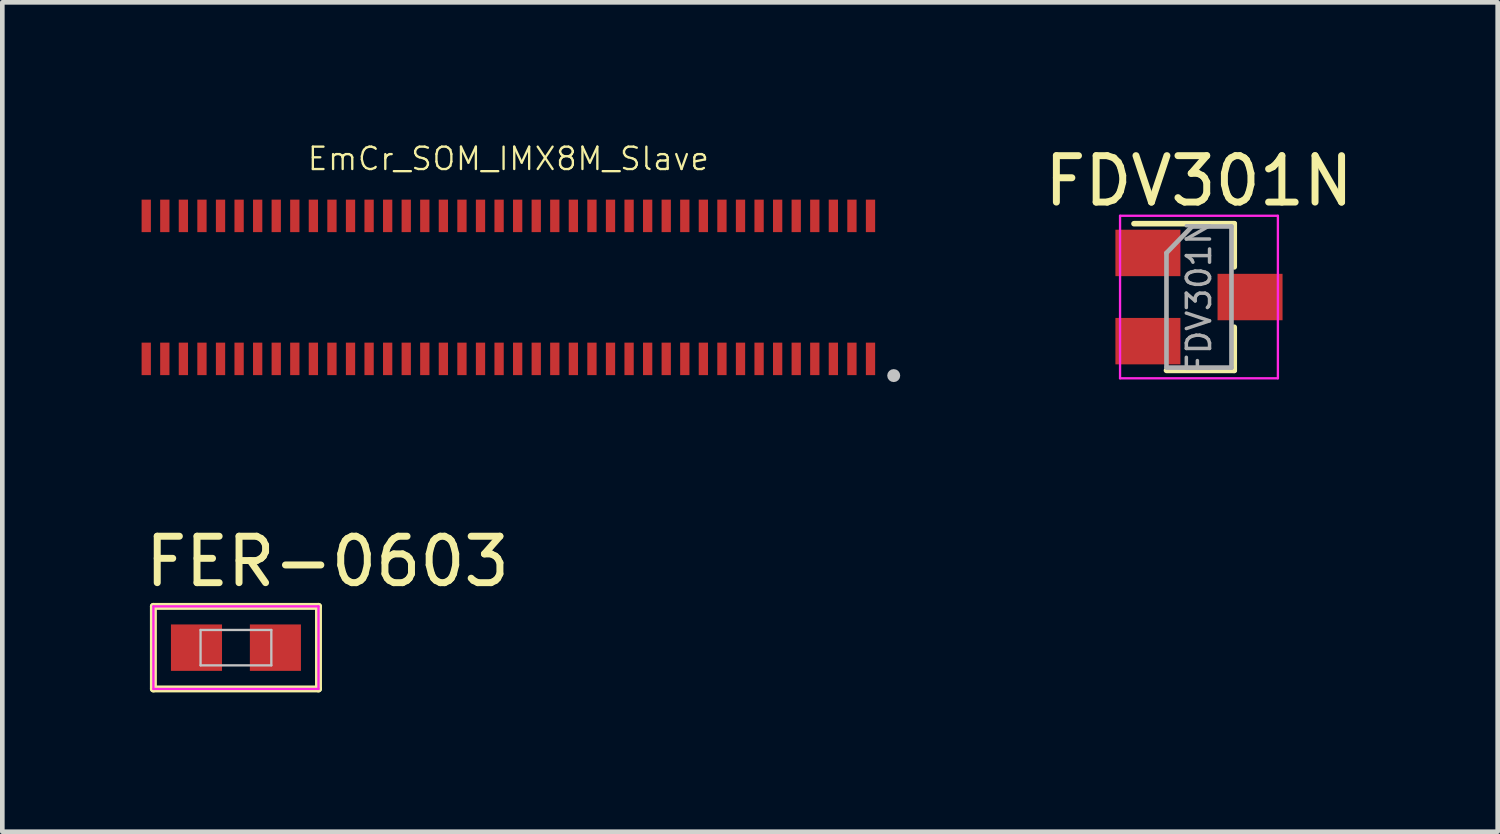
<source format=kicad_pcb>
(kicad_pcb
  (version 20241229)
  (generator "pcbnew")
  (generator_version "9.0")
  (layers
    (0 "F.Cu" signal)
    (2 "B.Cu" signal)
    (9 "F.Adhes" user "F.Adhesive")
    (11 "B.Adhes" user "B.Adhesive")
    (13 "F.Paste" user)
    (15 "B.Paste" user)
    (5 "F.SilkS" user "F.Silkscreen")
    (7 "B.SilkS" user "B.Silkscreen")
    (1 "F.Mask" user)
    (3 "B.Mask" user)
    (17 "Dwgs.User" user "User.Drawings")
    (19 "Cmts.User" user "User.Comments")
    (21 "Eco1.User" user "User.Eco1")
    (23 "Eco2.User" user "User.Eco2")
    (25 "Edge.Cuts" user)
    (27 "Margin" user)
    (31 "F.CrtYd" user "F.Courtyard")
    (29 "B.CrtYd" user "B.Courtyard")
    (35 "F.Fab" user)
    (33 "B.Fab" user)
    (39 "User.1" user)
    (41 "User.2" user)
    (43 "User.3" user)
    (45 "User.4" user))
  (footprint "FDV301N"
    (layer "F.Cu")
    (at 22.775 3.348)
    (property "Reference" "FDV301N" (at 0 -2.5 0) (layer "F.SilkS") (effects (font (size 1 1) (thickness 0.15))))
    (attr smd)
    (fp_line (start 0.76 -1.58) (end -1.4 -1.58) (stroke (width 0.12) (type solid)) (layer "F.SilkS"))
    (fp_line (start 0.76 -1.58) (end 0.76 -0.65) (stroke (width 0.12) (type solid)) (layer "F.SilkS"))
    (fp_line (start 0.76 1.58) (end -0.7 1.58) (stroke (width 0.12) (type solid)) (layer "F.SilkS"))
    (fp_line (start 0.76 1.58) (end 0.76 0.65) (stroke (width 0.12) (type solid)) (layer "F.SilkS"))
    (fp_line (start -1.7 -1.75) (end 1.7 -1.75) (stroke (width 0.05) (type solid)) (layer "F.CrtYd"))
    (fp_line (start -1.7 1.75) (end -1.7 -1.75) (stroke (width 0.05) (type solid)) (layer "F.CrtYd"))
    (fp_line (start 1.7 -1.75) (end 1.7 1.75) (stroke (width 0.05) (type solid)) (layer "F.CrtYd"))
    (fp_line (start 1.7 1.75) (end -1.7 1.75) (stroke (width 0.05) (type solid)) (layer "F.CrtYd"))
    (fp_line (start -0.7 -0.95) (end -0.7 1.5) (stroke (width 0.1) (type solid)) (layer "F.Fab"))
    (fp_line (start -0.7 -0.95) (end -0.15 -1.52) (stroke (width 0.1) (type solid)) (layer "F.Fab"))
    (fp_line (start -0.7 1.52) (end 0.7 1.52) (stroke (width 0.1) (type solid)) (layer "F.Fab"))
    (fp_line (start -0.15 -1.52) (end 0.7 -1.52) (stroke (width 0.1) (type solid)) (layer "F.Fab"))
    (fp_line (start 0.7 -1.52) (end 0.7 1.52) (stroke (width 0.1) (type solid)) (layer "F.Fab"))
    (fp_text user "${REFERENCE}" (at 0 0 90) (layer "F.Fab") (effects (font (size 0.5 0.5) (thickness 0.075))))
    (pad "1" smd rect (at -1.1 -0.95) (size 1.4 1) (layers "F.Cu" "F.Mask" "F.Paste"))
    (pad "2" smd rect (at -1.1 0.95) (size 1.4 1) (layers "F.Cu" "F.Mask" "F.Paste"))
    (pad "3" smd rect (at 1.1 0) (size 1.4 1) (layers "F.Cu" "F.Mask" "F.Paste")))
  (footprint "EmCr_SOM_IMX8M_Slave"
    (layer "F.Cu")
    (at 7.9 3.14)
    (property "Reference" "EmCr_SOM_IMX8M_Slave" (at 0 -2.77 0) (layer "F.SilkS") (effects (font (size 0.482 0.482) (thickness 0.05))))
    (attr smd)
    (fp_circle (center 8.3 1.9) (end 8.23 1.9) (stroke (width 0.14) (type solid)) (fill no) (layer "Dwgs.User"))
    (pad "1" smd rect (at 7.8 1.54 180) (size 0.2 0.7) (layers "F.Cu" "F.Mask" "F.Paste"))
    (pad "2" smd rect (at 7.8 -1.54) (size 0.2 0.7) (layers "F.Cu" "F.Mask" "F.Paste"))
    (pad "3" smd rect (at 7.4 1.54 180) (size 0.2 0.7) (layers "F.Cu" "F.Mask" "F.Paste"))
    (pad "4" smd rect (at 7.4 -1.54) (size 0.2 0.7) (layers "F.Cu" "F.Mask" "F.Paste"))
    (pad "5" smd rect (at 7 1.54 180) (size 0.2 0.7) (layers "F.Cu" "F.Mask" "F.Paste"))
    (pad "6" smd rect (at 7 -1.54) (size 0.2 0.7) (layers "F.Cu" "F.Mask" "F.Paste"))
    (pad "7" smd rect (at 6.6 1.54 180) (size 0.2 0.7) (layers "F.Cu" "F.Mask" "F.Paste"))
    (pad "8" smd rect (at 6.6 -1.54) (size 0.2 0.7) (layers "F.Cu" "F.Mask" "F.Paste"))
    (pad "9" smd rect (at 6.2 1.54 180) (size 0.2 0.7) (layers "F.Cu" "F.Mask" "F.Paste"))
    (pad "10" smd rect (at 6.2 -1.54) (size 0.2 0.7) (layers "F.Cu" "F.Mask" "F.Paste"))
    (pad "11" smd rect (at 5.8 1.54 180) (size 0.2 0.7) (layers "F.Cu" "F.Mask" "F.Paste"))
    (pad "12" smd rect (at 5.8 -1.54) (size 0.2 0.7) (layers "F.Cu" "F.Mask" "F.Paste"))
    (pad "13" smd rect (at 5.4 1.54 180) (size 0.2 0.7) (layers "F.Cu" "F.Mask" "F.Paste"))
    (pad "14" smd rect (at 5.4 -1.54) (size 0.2 0.7) (layers "F.Cu" "F.Mask" "F.Paste"))
    (pad "15" smd rect (at 5 1.54 180) (size 0.2 0.7) (layers "F.Cu" "F.Mask" "F.Paste"))
    (pad "16" smd rect (at 5 -1.54) (size 0.2 0.7) (layers "F.Cu" "F.Mask" "F.Paste"))
    (pad "17" smd rect (at 4.6 1.54 180) (size 0.2 0.7) (layers "F.Cu" "F.Mask" "F.Paste"))
    (pad "18" smd rect (at 4.6 -1.54) (size 0.2 0.7) (layers "F.Cu" "F.Mask" "F.Paste"))
    (pad "19" smd rect (at 4.2 1.54 180) (size 0.2 0.7) (layers "F.Cu" "F.Mask" "F.Paste"))
    (pad "20" smd rect (at 4.2 -1.54) (size 0.2 0.7) (layers "F.Cu" "F.Mask" "F.Paste"))
    (pad "21" smd rect (at 3.8 1.54 180) (size 0.2 0.7) (layers "F.Cu" "F.Mask" "F.Paste"))
    (pad "22" smd rect (at 3.8 -1.54) (size 0.2 0.7) (layers "F.Cu" "F.Mask" "F.Paste"))
    (pad "23" smd rect (at 3.4 1.54 180) (size 0.2 0.7) (layers "F.Cu" "F.Mask" "F.Paste"))
    (pad "24" smd rect (at 3.4 -1.54) (size 0.2 0.7) (layers "F.Cu" "F.Mask" "F.Paste"))
    (pad "25" smd rect (at 3 1.54 180) (size 0.2 0.7) (layers "F.Cu" "F.Mask" "F.Paste"))
    (pad "26" smd rect (at 3 -1.54) (size 0.2 0.7) (layers "F.Cu" "F.Mask" "F.Paste"))
    (pad "27" smd rect (at 2.6 1.54 180) (size 0.2 0.7) (layers "F.Cu" "F.Mask" "F.Paste"))
    (pad "28" smd rect (at 2.6 -1.54) (size 0.2 0.7) (layers "F.Cu" "F.Mask" "F.Paste"))
    (pad "29" smd rect (at 2.2 1.54 180) (size 0.2 0.7) (layers "F.Cu" "F.Mask" "F.Paste"))
    (pad "30" smd rect (at 2.2 -1.54) (size 0.2 0.7) (layers "F.Cu" "F.Mask" "F.Paste"))
    (pad "31" smd rect (at 1.8 1.54 180) (size 0.2 0.7) (layers "F.Cu" "F.Mask" "F.Paste"))
    (pad "32" smd rect (at 1.8 -1.54) (size 0.2 0.7) (layers "F.Cu" "F.Mask" "F.Paste"))
    (pad "33" smd rect (at 1.4 1.54 180) (size 0.2 0.7) (layers "F.Cu" "F.Mask" "F.Paste"))
    (pad "34" smd rect (at 1.4 -1.54) (size 0.2 0.7) (layers "F.Cu" "F.Mask" "F.Paste"))
    (pad "35" smd rect (at 1 1.54 180) (size 0.2 0.7) (layers "F.Cu" "F.Mask" "F.Paste"))
    (pad "36" smd rect (at 1 -1.54) (size 0.2 0.7) (layers "F.Cu" "F.Mask" "F.Paste"))
    (pad "37" smd rect (at 0.6 1.54 180) (size 0.2 0.7) (layers "F.Cu" "F.Mask" "F.Paste"))
    (pad "38" smd rect (at 0.6 -1.54) (size 0.2 0.7) (layers "F.Cu" "F.Mask" "F.Paste"))
    (pad "39" smd rect (at 0.2 1.54 180) (size 0.2 0.7) (layers "F.Cu" "F.Mask" "F.Paste"))
    (pad "40" smd rect (at 0.2 -1.54) (size 0.2 0.7) (layers "F.Cu" "F.Mask" "F.Paste"))
    (pad "41" smd rect (at -0.2 1.54 180) (size 0.2 0.7) (layers "F.Cu" "F.Mask" "F.Paste"))
    (pad "42" smd rect (at -0.2 -1.54) (size 0.2 0.7) (layers "F.Cu" "F.Mask" "F.Paste"))
    (pad "43" smd rect (at -0.6 1.54 180) (size 0.2 0.7) (layers "F.Cu" "F.Mask" "F.Paste"))
    (pad "44" smd rect (at -0.6 -1.54) (size 0.2 0.7) (layers "F.Cu" "F.Mask" "F.Paste"))
    (pad "45" smd rect (at -1 1.54 180) (size 0.2 0.7) (layers "F.Cu" "F.Mask" "F.Paste"))
    (pad "46" smd rect (at -1 -1.54) (size 0.2 0.7) (layers "F.Cu" "F.Mask" "F.Paste"))
    (pad "47" smd rect (at -1.4 1.54 180) (size 0.2 0.7) (layers "F.Cu" "F.Mask" "F.Paste"))
    (pad "48" smd rect (at -1.4 -1.54) (size 0.2 0.7) (layers "F.Cu" "F.Mask" "F.Paste"))
    (pad "49" smd rect (at -1.8 1.54 180) (size 0.2 0.7) (layers "F.Cu" "F.Mask" "F.Paste"))
    (pad "50" smd rect (at -1.8 -1.54) (size 0.2 0.7) (layers "F.Cu" "F.Mask" "F.Paste"))
    (pad "51" smd rect (at -2.2 1.54 180) (size 0.2 0.7) (layers "F.Cu" "F.Mask" "F.Paste"))
    (pad "52" smd rect (at -2.2 -1.54) (size 0.2 0.7) (layers "F.Cu" "F.Mask" "F.Paste"))
    (pad "53" smd rect (at -2.6 1.54 180) (size 0.2 0.7) (layers "F.Cu" "F.Mask" "F.Paste"))
    (pad "54" smd rect (at -2.6 -1.54) (size 0.2 0.7) (layers "F.Cu" "F.Mask" "F.Paste"))
    (pad "55" smd rect (at -3 1.54 180) (size 0.2 0.7) (layers "F.Cu" "F.Mask" "F.Paste"))
    (pad "56" smd rect (at -3 -1.54) (size 0.2 0.7) (layers "F.Cu" "F.Mask" "F.Paste"))
    (pad "57" smd rect (at -3.4 1.54 180) (size 0.2 0.7) (layers "F.Cu" "F.Mask" "F.Paste"))
    (pad "58" smd rect (at -3.4 -1.54) (size 0.2 0.7) (layers "F.Cu" "F.Mask" "F.Paste"))
    (pad "59" smd rect (at -3.8 1.54 180) (size 0.2 0.7) (layers "F.Cu" "F.Mask" "F.Paste"))
    (pad "60" smd rect (at -3.8 -1.54) (size 0.2 0.7) (layers "F.Cu" "F.Mask" "F.Paste"))
    (pad "61" smd rect (at -4.2 1.54 180) (size 0.2 0.7) (layers "F.Cu" "F.Mask" "F.Paste"))
    (pad "62" smd rect (at -4.2 -1.54) (size 0.2 0.7) (layers "F.Cu" "F.Mask" "F.Paste"))
    (pad "63" smd rect (at -4.6 1.54 180) (size 0.2 0.7) (layers "F.Cu" "F.Mask" "F.Paste"))
    (pad "64" smd rect (at -4.6 -1.54) (size 0.2 0.7) (layers "F.Cu" "F.Mask" "F.Paste"))
    (pad "65" smd rect (at -5 1.54 180) (size 0.2 0.7) (layers "F.Cu" "F.Mask" "F.Paste"))
    (pad "66" smd rect (at -5 -1.54) (size 0.2 0.7) (layers "F.Cu" "F.Mask" "F.Paste"))
    (pad "67" smd rect (at -5.4 1.54 180) (size 0.2 0.7) (layers "F.Cu" "F.Mask" "F.Paste"))
    (pad "68" smd rect (at -5.4 -1.54) (size 0.2 0.7) (layers "F.Cu" "F.Mask" "F.Paste"))
    (pad "69" smd rect (at -5.8 1.54 180) (size 0.2 0.7) (layers "F.Cu" "F.Mask" "F.Paste"))
    (pad "70" smd rect (at -5.8 -1.54) (size 0.2 0.7) (layers "F.Cu" "F.Mask" "F.Paste"))
    (pad "71" smd rect (at -6.2 1.54 180) (size 0.2 0.7) (layers "F.Cu" "F.Mask" "F.Paste"))
    (pad "72" smd rect (at -6.2 -1.54) (size 0.2 0.7) (layers "F.Cu" "F.Mask" "F.Paste"))
    (pad "73" smd rect (at -6.6 1.54 180) (size 0.2 0.7) (layers "F.Cu" "F.Mask" "F.Paste"))
    (pad "74" smd rect (at -6.6 -1.54) (size 0.2 0.7) (layers "F.Cu" "F.Mask" "F.Paste"))
    (pad "75" smd rect (at -7 1.54 180) (size 0.2 0.7) (layers "F.Cu" "F.Mask" "F.Paste"))
    (pad "76" smd rect (at -7 -1.54) (size 0.2 0.7) (layers "F.Cu" "F.Mask" "F.Paste"))
    (pad "77" smd rect (at -7.4 1.54 180) (size 0.2 0.7) (layers "F.Cu" "F.Mask" "F.Paste"))
    (pad "78" smd rect (at -7.4 -1.54) (size 0.2 0.7) (layers "F.Cu" "F.Mask" "F.Paste"))
    (pad "79" smd rect (at -7.8 1.54 180) (size 0.2 0.7) (layers "F.Cu" "F.Mask" "F.Paste"))
    (pad "80" smd rect (at -7.8 -1.54) (size 0.2 0.7) (layers "F.Cu" "F.Mask" "F.Paste")))
  (footprint "FER-0603"
    (layer "F.Cu")
    (at 2.032 10.9)
    (property "Reference" "FER-0603" (at -2.032 -1.27 0) (layer "F.SilkS") (effects (font (size 1 1) (thickness 0.15)) (justify left bottom)))
    (attr through_hole)
    (fp_line (start -1.778 -0.889) (end 1.778 -0.889) (stroke (width 0.15) (type solid)) (layer "F.SilkS"))
    (fp_line (start -1.778 0.889) (end -1.778 -0.889) (stroke (width 0.15) (type solid)) (layer "F.SilkS"))
    (fp_line (start 1.778 -0.889) (end 1.778 0.889) (stroke (width 0.15) (type solid)) (layer "F.SilkS"))
    (fp_line (start 1.778 0.889) (end -1.778 0.889) (stroke (width 0.15) (type solid)) (layer "F.SilkS"))
    (fp_line (start -0.762 -0.381) (end 0.762 -0.381) (stroke (width 0.05) (type solid)) (layer "Dwgs.User"))
    (fp_line (start -0.762 0.381) (end -0.762 -0.381) (stroke (width 0.05) (type solid)) (layer "Dwgs.User"))
    (fp_line (start 0.762 -0.381) (end 0.762 0.381) (stroke (width 0.05) (type solid)) (layer "Dwgs.User"))
    (fp_line (start 0.762 0.381) (end -0.762 0.381) (stroke (width 0.05) (type solid)) (layer "Dwgs.User"))
    (fp_line (start -1.778 -0.889) (end 1.778 -0.889) (stroke (width 0.05) (type solid)) (layer "F.CrtYd"))
    (fp_line (start -1.778 0.889) (end -1.778 -0.889) (stroke (width 0.05) (type solid)) (layer "F.CrtYd"))
    (fp_line (start 1.778 -0.889) (end 1.778 0.889) (stroke (width 0.05) (type solid)) (layer "F.CrtYd"))
    (fp_line (start 1.778 0.889) (end -1.778 0.889) (stroke (width 0.05) (type solid)) (layer "F.CrtYd"))
    (pad "1" smd rect (at -0.85 0) (size 1.1 1) (layers "F.Cu" "F.Mask" "F.Paste"))
    (pad "2" smd rect (at 0.85 0) (size 1.1 1) (layers "F.Cu" "F.Mask" "F.Paste")))
  (gr_rect
    (start -3 -3)
    (end 29.209 14.864)
    (stroke (width 0.1) (type default))
    (fill no)
    (layer "Edge.Cuts")))
</source>
